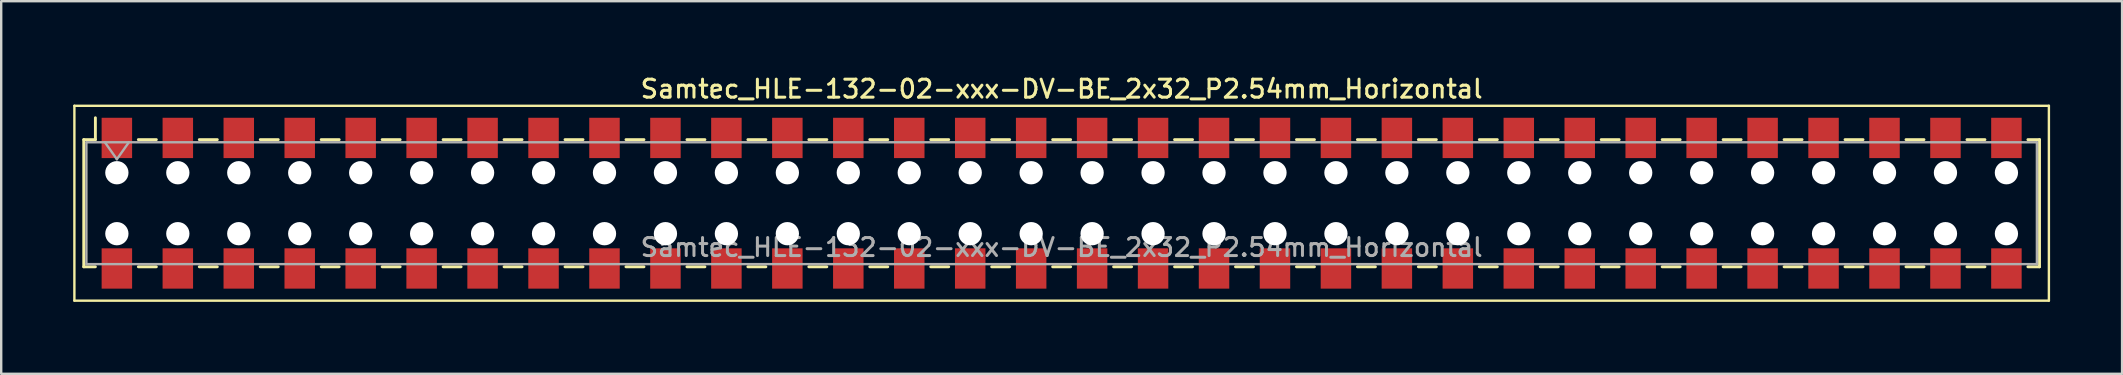
<source format=kicad_pcb>
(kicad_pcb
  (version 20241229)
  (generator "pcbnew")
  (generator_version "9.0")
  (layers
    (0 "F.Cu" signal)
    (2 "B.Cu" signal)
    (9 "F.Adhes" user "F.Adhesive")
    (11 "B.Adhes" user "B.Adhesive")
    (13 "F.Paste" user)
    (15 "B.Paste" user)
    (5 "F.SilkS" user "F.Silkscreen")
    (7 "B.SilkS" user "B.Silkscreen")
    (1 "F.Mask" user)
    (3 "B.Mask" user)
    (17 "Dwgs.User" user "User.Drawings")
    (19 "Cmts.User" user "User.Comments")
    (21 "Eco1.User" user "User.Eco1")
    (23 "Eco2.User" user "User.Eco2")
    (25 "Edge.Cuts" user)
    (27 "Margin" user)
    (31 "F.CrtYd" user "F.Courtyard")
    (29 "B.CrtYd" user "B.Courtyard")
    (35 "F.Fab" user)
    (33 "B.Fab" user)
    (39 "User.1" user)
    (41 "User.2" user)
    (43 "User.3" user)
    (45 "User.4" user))
  (footprint "Samtec_HLE-132-02-xxx-DV-BE_2x32_P2.54mm_Horizontal"
    (layer "F.Cu")
    (at 41.19 5.418)
    (property "Reference" "Samtec_HLE-132-02-xxx-DV-BE_2x32_P2.54mm_Horizontal" (at 0 -4.76 0) (layer "F.SilkS") (effects (font (size 0.75 0.75) (thickness 0.125))))
    (attr smd)
    (fp_line (start -41.14 -4.06) (end 41.14 -4.06) (stroke (width 0.1) (type solid)) (layer "F.SilkS"))
    (fp_line (start -41.14 4.06) (end -41.14 -4.06) (stroke (width 0.1) (type solid)) (layer "F.SilkS"))
    (fp_line (start -40.75 -2.65) (end -40.75 2.65) (stroke (width 0.12) (type solid)) (layer "F.SilkS"))
    (fp_line (start -40.75 2.65) (end -40.265 2.65) (stroke (width 0.12) (type solid)) (layer "F.SilkS"))
    (fp_line (start -40.265 -3.56) (end -40.265 -2.65) (stroke (width 0.12) (type solid)) (layer "F.SilkS"))
    (fp_line (start -40.265 -2.65) (end -40.75 -2.65) (stroke (width 0.12) (type solid)) (layer "F.SilkS"))
    (fp_line (start -38.475 -2.65) (end -37.725 -2.65) (stroke (width 0.12) (type solid)) (layer "F.SilkS"))
    (fp_line (start -38.475 2.65) (end -37.725 2.65) (stroke (width 0.12) (type solid)) (layer "F.SilkS"))
    (fp_line (start -35.935 -2.65) (end -35.185 -2.65) (stroke (width 0.12) (type solid)) (layer "F.SilkS"))
    (fp_line (start -35.935 2.65) (end -35.185 2.65) (stroke (width 0.12) (type solid)) (layer "F.SilkS"))
    (fp_line (start -33.395 -2.65) (end -32.645 -2.65) (stroke (width 0.12) (type solid)) (layer "F.SilkS"))
    (fp_line (start -33.395 2.65) (end -32.645 2.65) (stroke (width 0.12) (type solid)) (layer "F.SilkS"))
    (fp_line (start -30.855 -2.65) (end -30.105 -2.65) (stroke (width 0.12) (type solid)) (layer "F.SilkS"))
    (fp_line (start -30.855 2.65) (end -30.105 2.65) (stroke (width 0.12) (type solid)) (layer "F.SilkS"))
    (fp_line (start -28.315 -2.65) (end -27.565 -2.65) (stroke (width 0.12) (type solid)) (layer "F.SilkS"))
    (fp_line (start -28.315 2.65) (end -27.565 2.65) (stroke (width 0.12) (type solid)) (layer "F.SilkS"))
    (fp_line (start -25.775 -2.65) (end -25.025 -2.65) (stroke (width 0.12) (type solid)) (layer "F.SilkS"))
    (fp_line (start -25.775 2.65) (end -25.025 2.65) (stroke (width 0.12) (type solid)) (layer "F.SilkS"))
    (fp_line (start -23.235 -2.65) (end -22.485 -2.65) (stroke (width 0.12) (type solid)) (layer "F.SilkS"))
    (fp_line (start -23.235 2.65) (end -22.485 2.65) (stroke (width 0.12) (type solid)) (layer "F.SilkS"))
    (fp_line (start -20.695 -2.65) (end -19.945 -2.65) (stroke (width 0.12) (type solid)) (layer "F.SilkS"))
    (fp_line (start -20.695 2.65) (end -19.945 2.65) (stroke (width 0.12) (type solid)) (layer "F.SilkS"))
    (fp_line (start -18.155 -2.65) (end -17.405 -2.65) (stroke (width 0.12) (type solid)) (layer "F.SilkS"))
    (fp_line (start -18.155 2.65) (end -17.405 2.65) (stroke (width 0.12) (type solid)) (layer "F.SilkS"))
    (fp_line (start -15.615 -2.65) (end -14.865 -2.65) (stroke (width 0.12) (type solid)) (layer "F.SilkS"))
    (fp_line (start -15.615 2.65) (end -14.865 2.65) (stroke (width 0.12) (type solid)) (layer "F.SilkS"))
    (fp_line (start -13.075 -2.65) (end -12.325 -2.65) (stroke (width 0.12) (type solid)) (layer "F.SilkS"))
    (fp_line (start -13.075 2.65) (end -12.325 2.65) (stroke (width 0.12) (type solid)) (layer "F.SilkS"))
    (fp_line (start -10.535 -2.65) (end -9.785 -2.65) (stroke (width 0.12) (type solid)) (layer "F.SilkS"))
    (fp_line (start -10.535 2.65) (end -9.785 2.65) (stroke (width 0.12) (type solid)) (layer "F.SilkS"))
    (fp_line (start -7.995 -2.65) (end -7.245 -2.65) (stroke (width 0.12) (type solid)) (layer "F.SilkS"))
    (fp_line (start -7.995 2.65) (end -7.245 2.65) (stroke (width 0.12) (type solid)) (layer "F.SilkS"))
    (fp_line (start -5.455 -2.65) (end -4.705 -2.65) (stroke (width 0.12) (type solid)) (layer "F.SilkS"))
    (fp_line (start -5.455 2.65) (end -4.705 2.65) (stroke (width 0.12) (type solid)) (layer "F.SilkS"))
    (fp_line (start -2.915 -2.65) (end -2.165 -2.65) (stroke (width 0.12) (type solid)) (layer "F.SilkS"))
    (fp_line (start -2.915 2.65) (end -2.165 2.65) (stroke (width 0.12) (type solid)) (layer "F.SilkS"))
    (fp_line (start -0.375 -2.65) (end 0.375 -2.65) (stroke (width 0.12) (type solid)) (layer "F.SilkS"))
    (fp_line (start -0.375 2.65) (end 0.375 2.65) (stroke (width 0.12) (type solid)) (layer "F.SilkS"))
    (fp_line (start 2.165 -2.65) (end 2.915 -2.65) (stroke (width 0.12) (type solid)) (layer "F.SilkS"))
    (fp_line (start 2.165 2.65) (end 2.915 2.65) (stroke (width 0.12) (type solid)) (layer "F.SilkS"))
    (fp_line (start 4.705 -2.65) (end 5.455 -2.65) (stroke (width 0.12) (type solid)) (layer "F.SilkS"))
    (fp_line (start 4.705 2.65) (end 5.455 2.65) (stroke (width 0.12) (type solid)) (layer "F.SilkS"))
    (fp_line (start 7.245 -2.65) (end 7.995 -2.65) (stroke (width 0.12) (type solid)) (layer "F.SilkS"))
    (fp_line (start 7.245 2.65) (end 7.995 2.65) (stroke (width 0.12) (type solid)) (layer "F.SilkS"))
    (fp_line (start 9.785 -2.65) (end 10.535 -2.65) (stroke (width 0.12) (type solid)) (layer "F.SilkS"))
    (fp_line (start 9.785 2.65) (end 10.535 2.65) (stroke (width 0.12) (type solid)) (layer "F.SilkS"))
    (fp_line (start 12.325 -2.65) (end 13.075 -2.65) (stroke (width 0.12) (type solid)) (layer "F.SilkS"))
    (fp_line (start 12.325 2.65) (end 13.075 2.65) (stroke (width 0.12) (type solid)) (layer "F.SilkS"))
    (fp_line (start 14.865 -2.65) (end 15.615 -2.65) (stroke (width 0.12) (type solid)) (layer "F.SilkS"))
    (fp_line (start 14.865 2.65) (end 15.615 2.65) (stroke (width 0.12) (type solid)) (layer "F.SilkS"))
    (fp_line (start 17.405 -2.65) (end 18.155 -2.65) (stroke (width 0.12) (type solid)) (layer "F.SilkS"))
    (fp_line (start 17.405 2.65) (end 18.155 2.65) (stroke (width 0.12) (type solid)) (layer "F.SilkS"))
    (fp_line (start 19.945 -2.65) (end 20.695 -2.65) (stroke (width 0.12) (type solid)) (layer "F.SilkS"))
    (fp_line (start 19.945 2.65) (end 20.695 2.65) (stroke (width 0.12) (type solid)) (layer "F.SilkS"))
    (fp_line (start 22.485 -2.65) (end 23.235 -2.65) (stroke (width 0.12) (type solid)) (layer "F.SilkS"))
    (fp_line (start 22.485 2.65) (end 23.235 2.65) (stroke (width 0.12) (type solid)) (layer "F.SilkS"))
    (fp_line (start 25.025 -2.65) (end 25.775 -2.65) (stroke (width 0.12) (type solid)) (layer "F.SilkS"))
    (fp_line (start 25.025 2.65) (end 25.775 2.65) (stroke (width 0.12) (type solid)) (layer "F.SilkS"))
    (fp_line (start 27.565 -2.65) (end 28.315 -2.65) (stroke (width 0.12) (type solid)) (layer "F.SilkS"))
    (fp_line (start 27.565 2.65) (end 28.315 2.65) (stroke (width 0.12) (type solid)) (layer "F.SilkS"))
    (fp_line (start 30.105 -2.65) (end 30.855 -2.65) (stroke (width 0.12) (type solid)) (layer "F.SilkS"))
    (fp_line (start 30.105 2.65) (end 30.855 2.65) (stroke (width 0.12) (type solid)) (layer "F.SilkS"))
    (fp_line (start 32.645 -2.65) (end 33.395 -2.65) (stroke (width 0.12) (type solid)) (layer "F.SilkS"))
    (fp_line (start 32.645 2.65) (end 33.395 2.65) (stroke (width 0.12) (type solid)) (layer "F.SilkS"))
    (fp_line (start 35.185 -2.65) (end 35.935 -2.65) (stroke (width 0.12) (type solid)) (layer "F.SilkS"))
    (fp_line (start 35.185 2.65) (end 35.935 2.65) (stroke (width 0.12) (type solid)) (layer "F.SilkS"))
    (fp_line (start 37.725 -2.65) (end 38.475 -2.65) (stroke (width 0.12) (type solid)) (layer "F.SilkS"))
    (fp_line (start 37.725 2.65) (end 38.475 2.65) (stroke (width 0.12) (type solid)) (layer "F.SilkS"))
    (fp_line (start 40.265 -2.65) (end 40.75 -2.65) (stroke (width 0.12) (type solid)) (layer "F.SilkS"))
    (fp_line (start 40.75 -2.65) (end 40.75 2.65) (stroke (width 0.12) (type solid)) (layer "F.SilkS"))
    (fp_line (start 40.75 2.65) (end 40.265 2.65) (stroke (width 0.12) (type solid)) (layer "F.SilkS"))
    (fp_line (start 41.14 -4.06) (end 41.14 4.06) (stroke (width 0.1) (type solid)) (layer "F.SilkS"))
    (fp_line (start 41.14 4.06) (end -41.14 4.06) (stroke (width 0.1) (type solid)) (layer "F.SilkS"))
    (fp_line (start -40.64 -2.54) (end 40.64 -2.54) (stroke (width 0.1) (type solid)) (layer "F.Fab"))
    (fp_line (start -40.64 2.54) (end -40.64 -2.54) (stroke (width 0.1) (type solid)) (layer "F.Fab"))
    (fp_line (start -39.87 -2.54) (end -39.37 -1.833) (stroke (width 0.1) (type solid)) (layer "F.Fab"))
    (fp_line (start -39.37 -1.833) (end -38.87 -2.54) (stroke (width 0.1) (type solid)) (layer "F.Fab"))
    (fp_line (start 40.64 -2.54) (end 40.64 2.54) (stroke (width 0.1) (type solid)) (layer "F.Fab"))
    (fp_line (start 40.64 2.54) (end -40.64 2.54) (stroke (width 0.1) (type solid)) (layer "F.Fab"))
    (fp_text user "${REFERENCE}" (at 0 1.84 0) (layer "F.Fab") (effects (font (size 0.75 0.75) (thickness 0.125))))
    (pad "" np_thru_hole circle (at -39.37 -1.27) (size 0.97 0.97) (drill 0.97) (layers "*.Cu" "*.Mask"))
    (pad "" np_thru_hole circle (at -39.37 1.27) (size 0.97 0.97) (drill 0.97) (layers "*.Cu" "*.Mask"))
    (pad "" np_thru_hole circle (at -36.83 -1.27) (size 0.97 0.97) (drill 0.97) (layers "*.Cu" "*.Mask"))
    (pad "" np_thru_hole circle (at -36.83 1.27) (size 0.97 0.97) (drill 0.97) (layers "*.Cu" "*.Mask"))
    (pad "" np_thru_hole circle (at -34.29 -1.27) (size 0.97 0.97) (drill 0.97) (layers "*.Cu" "*.Mask"))
    (pad "" np_thru_hole circle (at -34.29 1.27) (size 0.97 0.97) (drill 0.97) (layers "*.Cu" "*.Mask"))
    (pad "" np_thru_hole circle (at -31.75 -1.27) (size 0.97 0.97) (drill 0.97) (layers "*.Cu" "*.Mask"))
    (pad "" np_thru_hole circle (at -31.75 1.27) (size 0.97 0.97) (drill 0.97) (layers "*.Cu" "*.Mask"))
    (pad "" np_thru_hole circle (at -29.21 -1.27) (size 0.97 0.97) (drill 0.97) (layers "*.Cu" "*.Mask"))
    (pad "" np_thru_hole circle (at -29.21 1.27) (size 0.97 0.97) (drill 0.97) (layers "*.Cu" "*.Mask"))
    (pad "" np_thru_hole circle (at -26.67 -1.27) (size 0.97 0.97) (drill 0.97) (layers "*.Cu" "*.Mask"))
    (pad "" np_thru_hole circle (at -26.67 1.27) (size 0.97 0.97) (drill 0.97) (layers "*.Cu" "*.Mask"))
    (pad "" np_thru_hole circle (at -24.13 -1.27) (size 0.97 0.97) (drill 0.97) (layers "*.Cu" "*.Mask"))
    (pad "" np_thru_hole circle (at -24.13 1.27) (size 0.97 0.97) (drill 0.97) (layers "*.Cu" "*.Mask"))
    (pad "" np_thru_hole circle (at -21.59 -1.27) (size 0.97 0.97) (drill 0.97) (layers "*.Cu" "*.Mask"))
    (pad "" np_thru_hole circle (at -21.59 1.27) (size 0.97 0.97) (drill 0.97) (layers "*.Cu" "*.Mask"))
    (pad "" np_thru_hole circle (at -19.05 -1.27) (size 0.97 0.97) (drill 0.97) (layers "*.Cu" "*.Mask"))
    (pad "" np_thru_hole circle (at -19.05 1.27) (size 0.97 0.97) (drill 0.97) (layers "*.Cu" "*.Mask"))
    (pad "" np_thru_hole circle (at -16.51 -1.27) (size 0.97 0.97) (drill 0.97) (layers "*.Cu" "*.Mask"))
    (pad "" np_thru_hole circle (at -16.51 1.27) (size 0.97 0.97) (drill 0.97) (layers "*.Cu" "*.Mask"))
    (pad "" np_thru_hole circle (at -13.97 -1.27) (size 0.97 0.97) (drill 0.97) (layers "*.Cu" "*.Mask"))
    (pad "" np_thru_hole circle (at -13.97 1.27) (size 0.97 0.97) (drill 0.97) (layers "*.Cu" "*.Mask"))
    (pad "" np_thru_hole circle (at -11.43 -1.27) (size 0.97 0.97) (drill 0.97) (layers "*.Cu" "*.Mask"))
    (pad "" np_thru_hole circle (at -11.43 1.27) (size 0.97 0.97) (drill 0.97) (layers "*.Cu" "*.Mask"))
    (pad "" np_thru_hole circle (at -8.89 -1.27) (size 0.97 0.97) (drill 0.97) (layers "*.Cu" "*.Mask"))
    (pad "" np_thru_hole circle (at -8.89 1.27) (size 0.97 0.97) (drill 0.97) (layers "*.Cu" "*.Mask"))
    (pad "" np_thru_hole circle (at -6.35 -1.27) (size 0.97 0.97) (drill 0.97) (layers "*.Cu" "*.Mask"))
    (pad "" np_thru_hole circle (at -6.35 1.27) (size 0.97 0.97) (drill 0.97) (layers "*.Cu" "*.Mask"))
    (pad "" np_thru_hole circle (at -3.81 -1.27) (size 0.97 0.97) (drill 0.97) (layers "*.Cu" "*.Mask"))
    (pad "" np_thru_hole circle (at -3.81 1.27) (size 0.97 0.97) (drill 0.97) (layers "*.Cu" "*.Mask"))
    (pad "" np_thru_hole circle (at -1.27 -1.27) (size 0.97 0.97) (drill 0.97) (layers "*.Cu" "*.Mask"))
    (pad "" np_thru_hole circle (at -1.27 1.27) (size 0.97 0.97) (drill 0.97) (layers "*.Cu" "*.Mask"))
    (pad "" np_thru_hole circle (at 1.27 -1.27) (size 0.97 0.97) (drill 0.97) (layers "*.Cu" "*.Mask"))
    (pad "" np_thru_hole circle (at 1.27 1.27) (size 0.97 0.97) (drill 0.97) (layers "*.Cu" "*.Mask"))
    (pad "" np_thru_hole circle (at 3.81 -1.27) (size 0.97 0.97) (drill 0.97) (layers "*.Cu" "*.Mask"))
    (pad "" np_thru_hole circle (at 3.81 1.27) (size 0.97 0.97) (drill 0.97) (layers "*.Cu" "*.Mask"))
    (pad "" np_thru_hole circle (at 6.35 -1.27) (size 0.97 0.97) (drill 0.97) (layers "*.Cu" "*.Mask"))
    (pad "" np_thru_hole circle (at 6.35 1.27) (size 0.97 0.97) (drill 0.97) (layers "*.Cu" "*.Mask"))
    (pad "" np_thru_hole circle (at 8.89 -1.27) (size 0.97 0.97) (drill 0.97) (layers "*.Cu" "*.Mask"))
    (pad "" np_thru_hole circle (at 8.89 1.27) (size 0.97 0.97) (drill 0.97) (layers "*.Cu" "*.Mask"))
    (pad "" np_thru_hole circle (at 11.43 -1.27) (size 0.97 0.97) (drill 0.97) (layers "*.Cu" "*.Mask"))
    (pad "" np_thru_hole circle (at 11.43 1.27) (size 0.97 0.97) (drill 0.97) (layers "*.Cu" "*.Mask"))
    (pad "" np_thru_hole circle (at 13.97 -1.27) (size 0.97 0.97) (drill 0.97) (layers "*.Cu" "*.Mask"))
    (pad "" np_thru_hole circle (at 13.97 1.27) (size 0.97 0.97) (drill 0.97) (layers "*.Cu" "*.Mask"))
    (pad "" np_thru_hole circle (at 16.51 -1.27) (size 0.97 0.97) (drill 0.97) (layers "*.Cu" "*.Mask"))
    (pad "" np_thru_hole circle (at 16.51 1.27) (size 0.97 0.97) (drill 0.97) (layers "*.Cu" "*.Mask"))
    (pad "" np_thru_hole circle (at 19.05 -1.27) (size 0.97 0.97) (drill 0.97) (layers "*.Cu" "*.Mask"))
    (pad "" np_thru_hole circle (at 19.05 1.27) (size 0.97 0.97) (drill 0.97) (layers "*.Cu" "*.Mask"))
    (pad "" np_thru_hole circle (at 21.59 -1.27) (size 0.97 0.97) (drill 0.97) (layers "*.Cu" "*.Mask"))
    (pad "" np_thru_hole circle (at 21.59 1.27) (size 0.97 0.97) (drill 0.97) (layers "*.Cu" "*.Mask"))
    (pad "" np_thru_hole circle (at 24.13 -1.27) (size 0.97 0.97) (drill 0.97) (layers "*.Cu" "*.Mask"))
    (pad "" np_thru_hole circle (at 24.13 1.27) (size 0.97 0.97) (drill 0.97) (layers "*.Cu" "*.Mask"))
    (pad "" np_thru_hole circle (at 26.67 -1.27) (size 0.97 0.97) (drill 0.97) (layers "*.Cu" "*.Mask"))
    (pad "" np_thru_hole circle (at 26.67 1.27) (size 0.97 0.97) (drill 0.97) (layers "*.Cu" "*.Mask"))
    (pad "" np_thru_hole circle (at 29.21 -1.27) (size 0.97 0.97) (drill 0.97) (layers "*.Cu" "*.Mask"))
    (pad "" np_thru_hole circle (at 29.21 1.27) (size 0.97 0.97) (drill 0.97) (layers "*.Cu" "*.Mask"))
    (pad "" np_thru_hole circle (at 31.75 -1.27) (size 0.97 0.97) (drill 0.97) (layers "*.Cu" "*.Mask"))
    (pad "" np_thru_hole circle (at 31.75 1.27) (size 0.97 0.97) (drill 0.97) (layers "*.Cu" "*.Mask"))
    (pad "" np_thru_hole circle (at 34.29 -1.27) (size 0.97 0.97) (drill 0.97) (layers "*.Cu" "*.Mask"))
    (pad "" np_thru_hole circle (at 34.29 1.27) (size 0.97 0.97) (drill 0.97) (layers "*.Cu" "*.Mask"))
    (pad "" np_thru_hole circle (at 36.83 -1.27) (size 0.97 0.97) (drill 0.97) (layers "*.Cu" "*.Mask"))
    (pad "" np_thru_hole circle (at 36.83 1.27) (size 0.97 0.97) (drill 0.97) (layers "*.Cu" "*.Mask"))
    (pad "" np_thru_hole circle (at 39.37 -1.27) (size 0.97 0.97) (drill 0.97) (layers "*.Cu" "*.Mask"))
    (pad "" np_thru_hole circle (at 39.37 1.27) (size 0.97 0.97) (drill 0.97) (layers "*.Cu" "*.Mask"))
    (pad "1" smd rect (at -39.37 -2.72) (size 1.27 1.68) (layers "F.Cu" "F.Mask" "F.Paste"))
    (pad "2" smd rect (at -39.37 2.72) (size 1.27 1.68) (layers "F.Cu" "F.Mask" "F.Paste"))
    (pad "3" smd rect (at -36.83 -2.72) (size 1.27 1.68) (layers "F.Cu" "F.Mask" "F.Paste"))
    (pad "4" smd rect (at -36.83 2.72) (size 1.27 1.68) (layers "F.Cu" "F.Mask" "F.Paste"))
    (pad "5" smd rect (at -34.29 -2.72) (size 1.27 1.68) (layers "F.Cu" "F.Mask" "F.Paste"))
    (pad "6" smd rect (at -34.29 2.72) (size 1.27 1.68) (layers "F.Cu" "F.Mask" "F.Paste"))
    (pad "7" smd rect (at -31.75 -2.72) (size 1.27 1.68) (layers "F.Cu" "F.Mask" "F.Paste"))
    (pad "8" smd rect (at -31.75 2.72) (size 1.27 1.68) (layers "F.Cu" "F.Mask" "F.Paste"))
    (pad "9" smd rect (at -29.21 -2.72) (size 1.27 1.68) (layers "F.Cu" "F.Mask" "F.Paste"))
    (pad "10" smd rect (at -29.21 2.72) (size 1.27 1.68) (layers "F.Cu" "F.Mask" "F.Paste"))
    (pad "11" smd rect (at -26.67 -2.72) (size 1.27 1.68) (layers "F.Cu" "F.Mask" "F.Paste"))
    (pad "12" smd rect (at -26.67 2.72) (size 1.27 1.68) (layers "F.Cu" "F.Mask" "F.Paste"))
    (pad "13" smd rect (at -24.13 -2.72) (size 1.27 1.68) (layers "F.Cu" "F.Mask" "F.Paste"))
    (pad "14" smd rect (at -24.13 2.72) (size 1.27 1.68) (layers "F.Cu" "F.Mask" "F.Paste"))
    (pad "15" smd rect (at -21.59 -2.72) (size 1.27 1.68) (layers "F.Cu" "F.Mask" "F.Paste"))
    (pad "16" smd rect (at -21.59 2.72) (size 1.27 1.68) (layers "F.Cu" "F.Mask" "F.Paste"))
    (pad "17" smd rect (at -19.05 -2.72) (size 1.27 1.68) (layers "F.Cu" "F.Mask" "F.Paste"))
    (pad "18" smd rect (at -19.05 2.72) (size 1.27 1.68) (layers "F.Cu" "F.Mask" "F.Paste"))
    (pad "19" smd rect (at -16.51 -2.72) (size 1.27 1.68) (layers "F.Cu" "F.Mask" "F.Paste"))
    (pad "20" smd rect (at -16.51 2.72) (size 1.27 1.68) (layers "F.Cu" "F.Mask" "F.Paste"))
    (pad "21" smd rect (at -13.97 -2.72) (size 1.27 1.68) (layers "F.Cu" "F.Mask" "F.Paste"))
    (pad "22" smd rect (at -13.97 2.72) (size 1.27 1.68) (layers "F.Cu" "F.Mask" "F.Paste"))
    (pad "23" smd rect (at -11.43 -2.72) (size 1.27 1.68) (layers "F.Cu" "F.Mask" "F.Paste"))
    (pad "24" smd rect (at -11.43 2.72) (size 1.27 1.68) (layers "F.Cu" "F.Mask" "F.Paste"))
    (pad "25" smd rect (at -8.89 -2.72) (size 1.27 1.68) (layers "F.Cu" "F.Mask" "F.Paste"))
    (pad "26" smd rect (at -8.89 2.72) (size 1.27 1.68) (layers "F.Cu" "F.Mask" "F.Paste"))
    (pad "27" smd rect (at -6.35 -2.72) (size 1.27 1.68) (layers "F.Cu" "F.Mask" "F.Paste"))
    (pad "28" smd rect (at -6.35 2.72) (size 1.27 1.68) (layers "F.Cu" "F.Mask" "F.Paste"))
    (pad "29" smd rect (at -3.81 -2.72) (size 1.27 1.68) (layers "F.Cu" "F.Mask" "F.Paste"))
    (pad "30" smd rect (at -3.81 2.72) (size 1.27 1.68) (layers "F.Cu" "F.Mask" "F.Paste"))
    (pad "31" smd rect (at -1.27 -2.72) (size 1.27 1.68) (layers "F.Cu" "F.Mask" "F.Paste"))
    (pad "32" smd rect (at -1.27 2.72) (size 1.27 1.68) (layers "F.Cu" "F.Mask" "F.Paste"))
    (pad "33" smd rect (at 1.27 -2.72) (size 1.27 1.68) (layers "F.Cu" "F.Mask" "F.Paste"))
    (pad "34" smd rect (at 1.27 2.72) (size 1.27 1.68) (layers "F.Cu" "F.Mask" "F.Paste"))
    (pad "35" smd rect (at 3.81 -2.72) (size 1.27 1.68) (layers "F.Cu" "F.Mask" "F.Paste"))
    (pad "36" smd rect (at 3.81 2.72) (size 1.27 1.68) (layers "F.Cu" "F.Mask" "F.Paste"))
    (pad "37" smd rect (at 6.35 -2.72) (size 1.27 1.68) (layers "F.Cu" "F.Mask" "F.Paste"))
    (pad "38" smd rect (at 6.35 2.72) (size 1.27 1.68) (layers "F.Cu" "F.Mask" "F.Paste"))
    (pad "39" smd rect (at 8.89 -2.72) (size 1.27 1.68) (layers "F.Cu" "F.Mask" "F.Paste"))
    (pad "40" smd rect (at 8.89 2.72) (size 1.27 1.68) (layers "F.Cu" "F.Mask" "F.Paste"))
    (pad "41" smd rect (at 11.43 -2.72) (size 1.27 1.68) (layers "F.Cu" "F.Mask" "F.Paste"))
    (pad "42" smd rect (at 11.43 2.72) (size 1.27 1.68) (layers "F.Cu" "F.Mask" "F.Paste"))
    (pad "43" smd rect (at 13.97 -2.72) (size 1.27 1.68) (layers "F.Cu" "F.Mask" "F.Paste"))
    (pad "44" smd rect (at 13.97 2.72) (size 1.27 1.68) (layers "F.Cu" "F.Mask" "F.Paste"))
    (pad "45" smd rect (at 16.51 -2.72) (size 1.27 1.68) (layers "F.Cu" "F.Mask" "F.Paste"))
    (pad "46" smd rect (at 16.51 2.72) (size 1.27 1.68) (layers "F.Cu" "F.Mask" "F.Paste"))
    (pad "47" smd rect (at 19.05 -2.72) (size 1.27 1.68) (layers "F.Cu" "F.Mask" "F.Paste"))
    (pad "48" smd rect (at 19.05 2.72) (size 1.27 1.68) (layers "F.Cu" "F.Mask" "F.Paste"))
    (pad "49" smd rect (at 21.59 -2.72) (size 1.27 1.68) (layers "F.Cu" "F.Mask" "F.Paste"))
    (pad "50" smd rect (at 21.59 2.72) (size 1.27 1.68) (layers "F.Cu" "F.Mask" "F.Paste"))
    (pad "51" smd rect (at 24.13 -2.72) (size 1.27 1.68) (layers "F.Cu" "F.Mask" "F.Paste"))
    (pad "52" smd rect (at 24.13 2.72) (size 1.27 1.68) (layers "F.Cu" "F.Mask" "F.Paste"))
    (pad "53" smd rect (at 26.67 -2.72) (size 1.27 1.68) (layers "F.Cu" "F.Mask" "F.Paste"))
    (pad "54" smd rect (at 26.67 2.72) (size 1.27 1.68) (layers "F.Cu" "F.Mask" "F.Paste"))
    (pad "55" smd rect (at 29.21 -2.72) (size 1.27 1.68) (layers "F.Cu" "F.Mask" "F.Paste"))
    (pad "56" smd rect (at 29.21 2.72) (size 1.27 1.68) (layers "F.Cu" "F.Mask" "F.Paste"))
    (pad "57" smd rect (at 31.75 -2.72) (size 1.27 1.68) (layers "F.Cu" "F.Mask" "F.Paste"))
    (pad "58" smd rect (at 31.75 2.72) (size 1.27 1.68) (layers "F.Cu" "F.Mask" "F.Paste"))
    (pad "59" smd rect (at 34.29 -2.72) (size 1.27 1.68) (layers "F.Cu" "F.Mask" "F.Paste"))
    (pad "60" smd rect (at 34.29 2.72) (size 1.27 1.68) (layers "F.Cu" "F.Mask" "F.Paste"))
    (pad "61" smd rect (at 36.83 -2.72) (size 1.27 1.68) (layers "F.Cu" "F.Mask" "F.Paste"))
    (pad "62" smd rect (at 36.83 2.72) (size 1.27 1.68) (layers "F.Cu" "F.Mask" "F.Paste"))
    (pad "63" smd rect (at 39.37 -2.72) (size 1.27 1.68) (layers "F.Cu" "F.Mask" "F.Paste"))
    (pad "64" smd rect (at 39.37 2.72) (size 1.27 1.68) (layers "F.Cu" "F.Mask" "F.Paste")))
  (gr_rect
    (start -3 -3)
    (end 85.38 12.528)
    (stroke (width 0.1) (type default))
    (fill no)
    (layer "Edge.Cuts")))
</source>
